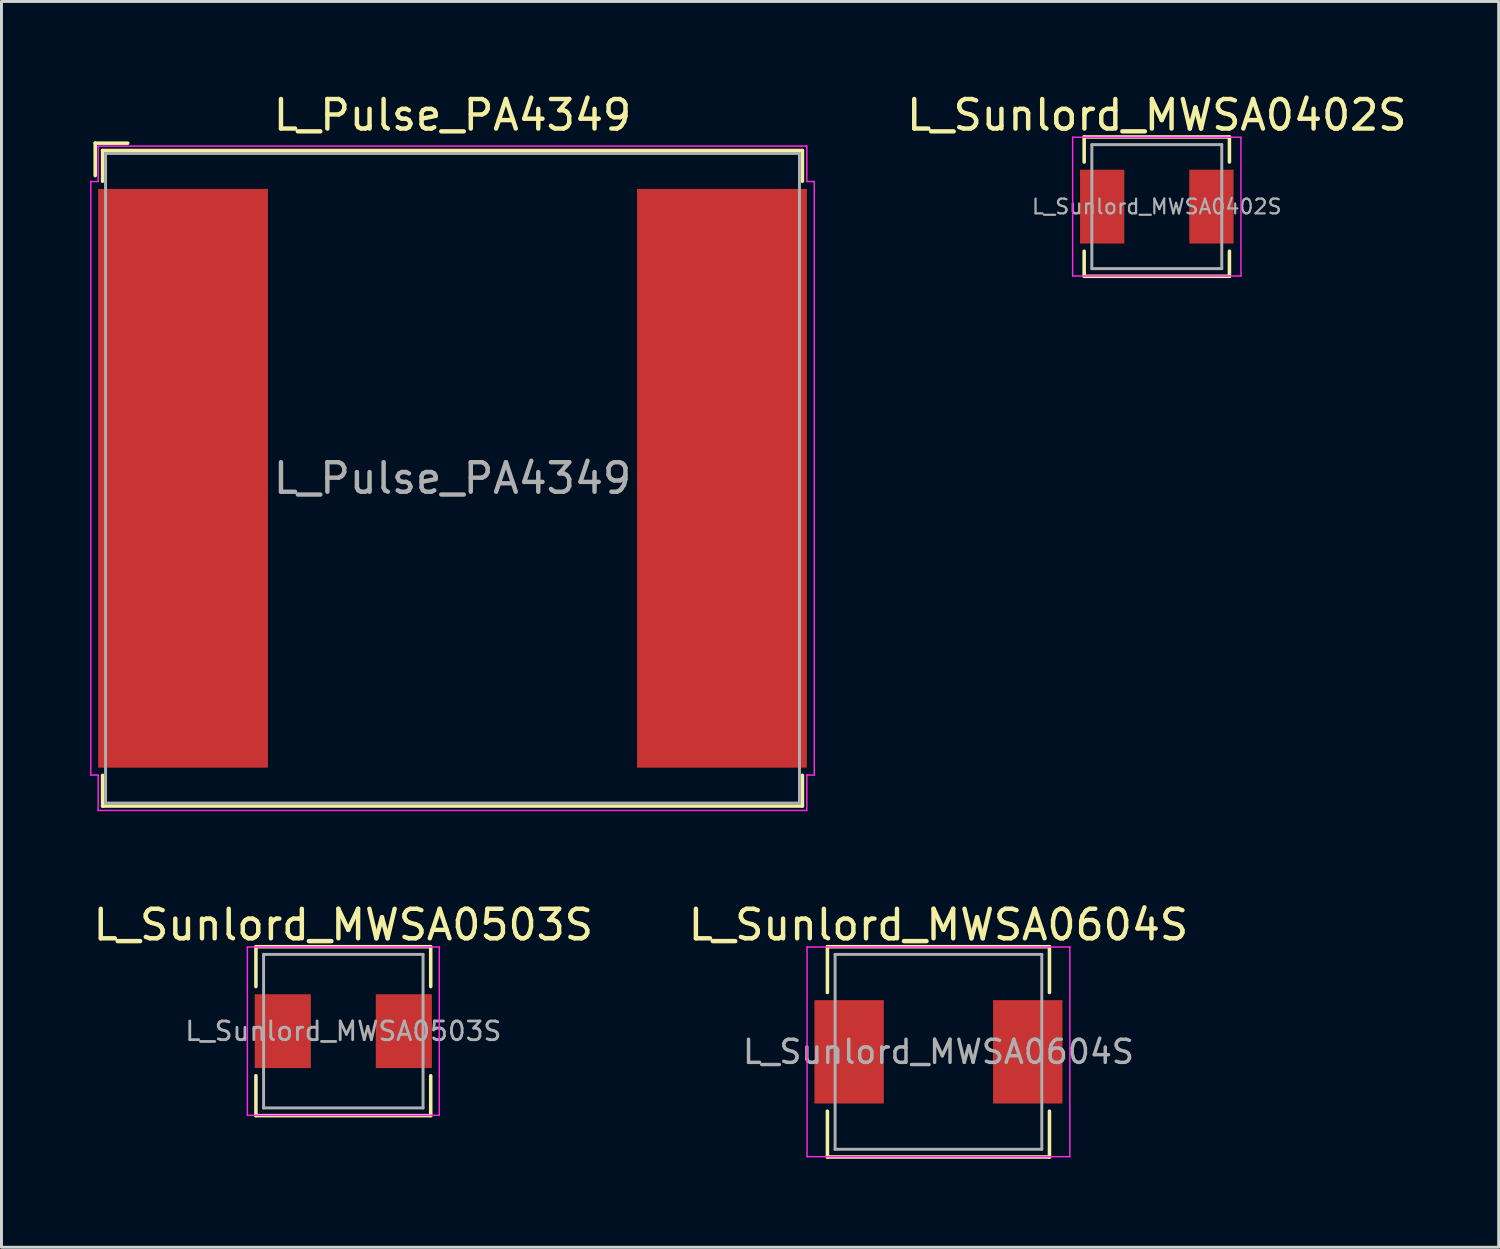
<source format=kicad_pcb>
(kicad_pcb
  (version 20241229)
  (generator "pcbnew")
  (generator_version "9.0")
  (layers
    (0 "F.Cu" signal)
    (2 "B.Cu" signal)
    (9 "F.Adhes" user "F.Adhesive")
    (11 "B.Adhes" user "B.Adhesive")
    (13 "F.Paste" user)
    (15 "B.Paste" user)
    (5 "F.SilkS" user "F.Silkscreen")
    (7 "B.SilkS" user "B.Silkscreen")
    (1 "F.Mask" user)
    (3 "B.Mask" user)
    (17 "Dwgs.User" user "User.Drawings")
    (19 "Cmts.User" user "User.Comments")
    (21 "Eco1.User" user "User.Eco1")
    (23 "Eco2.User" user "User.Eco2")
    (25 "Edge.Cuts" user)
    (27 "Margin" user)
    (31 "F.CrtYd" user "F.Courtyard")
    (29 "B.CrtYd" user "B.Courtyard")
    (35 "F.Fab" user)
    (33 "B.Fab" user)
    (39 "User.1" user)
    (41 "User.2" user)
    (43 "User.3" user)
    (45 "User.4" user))
  (footprint "L_Pulse_PA4349"
    (layer "F.Cu")
    (at 12.275 13.148)
    (property "Reference" "L_Pulse_PA4349" (at 0 -12.3 0) (layer "F.SilkS") (effects (font (size 1 1) (thickness 0.15))))
    (attr smd)
    (fp_line (start -12.1 -11.35) (end -11 -11.35) (stroke (width 0.12) (type solid)) (layer "F.SilkS"))
    (fp_line (start -12.1 -10.25) (end -12.1 -11.35) (stroke (width 0.12) (type solid)) (layer "F.SilkS"))
    (fp_line (start -11.85 -11.1) (end -11.85 -10.06) (stroke (width 0.12) (type solid)) (layer "F.SilkS"))
    (fp_line (start -11.85 -11.1) (end 11.85 -11.1) (stroke (width 0.12) (type solid)) (layer "F.SilkS"))
    (fp_line (start -11.85 10.06) (end -11.85 11.1) (stroke (width 0.12) (type solid)) (layer "F.SilkS"))
    (fp_line (start -11.85 11.1) (end 11.85 11.1) (stroke (width 0.12) (type solid)) (layer "F.SilkS"))
    (fp_line (start 11.85 -11.1) (end 11.85 -10.06) (stroke (width 0.12) (type solid)) (layer "F.SilkS"))
    (fp_line (start 11.85 10.06) (end 11.85 11.1) (stroke (width 0.12) (type solid)) (layer "F.SilkS"))
    (fp_line (start -12.25 10.05) (end -12.25 -10.05) (stroke (width 0.05) (type solid)) (layer "F.CrtYd"))
    (fp_line (start -12 -11.25) (end -12 -10.05) (stroke (width 0.05) (type solid)) (layer "F.CrtYd"))
    (fp_line (start -12 -11.25) (end 12 -11.25) (stroke (width 0.05) (type solid)) (layer "F.CrtYd"))
    (fp_line (start -12 -10.05) (end -12.25 -10.05) (stroke (width 0.05) (type solid)) (layer "F.CrtYd"))
    (fp_line (start -12 10.05) (end -12.25 10.05) (stroke (width 0.05) (type solid)) (layer "F.CrtYd"))
    (fp_line (start -12 10.05) (end -12 11.25) (stroke (width 0.05) (type solid)) (layer "F.CrtYd"))
    (fp_line (start 12 -11.25) (end 12 -10.05) (stroke (width 0.05) (type solid)) (layer "F.CrtYd"))
    (fp_line (start 12 -10.05) (end 12.25 -10.05) (stroke (width 0.05) (type solid)) (layer "F.CrtYd"))
    (fp_line (start 12 10.05) (end 12 11.25) (stroke (width 0.05) (type solid)) (layer "F.CrtYd"))
    (fp_line (start 12 11.25) (end -12 11.25) (stroke (width 0.05) (type solid)) (layer "F.CrtYd"))
    (fp_line (start 12.25 -10.05) (end 12.25 10.05) (stroke (width 0.05) (type solid)) (layer "F.CrtYd"))
    (fp_line (start 12.25 10.05) (end 12 10.05) (stroke (width 0.05) (type solid)) (layer "F.CrtYd"))
    (fp_line (start -11.75 -11) (end 11.75 -11) (stroke (width 0.1) (type solid)) (layer "F.Fab"))
    (fp_line (start -11.75 11) (end -11.75 -11) (stroke (width 0.1) (type solid)) (layer "F.Fab"))
    (fp_line (start -11.75 11) (end 11.75 11) (stroke (width 0.1) (type solid)) (layer "F.Fab"))
    (fp_line (start 11.75 -11) (end 11.75 11) (stroke (width 0.1) (type solid)) (layer "F.Fab"))
    (fp_text user "${REFERENCE}" (at 0 0 0) (layer "F.Fab") (effects (font (size 1 1) (thickness 0.15))))
    (pad "1" smd rect (at -9.125 0 90) (size 19.6 5.75) (layers "F.Cu" "F.Mask" "F.Paste"))
    (pad "2" smd rect (at 9.125 0 90) (size 19.6 5.75) (layers "F.Cu" "F.Mask" "F.Paste")))
  (footprint "L_Sunlord_MWSA0604S"
    (layer "F.Cu")
    (at 28.732 32.572)
    (property "Reference" "L_Sunlord_MWSA0604S" (at 0 -4.3 0) (layer "F.SilkS") (effects (font (size 1 1) (thickness 0.15))))
    (attr smd)
    (fp_line (start -3.76 -3.56) (end -3.76 -2.01) (stroke (width 0.12) (type solid)) (layer "F.SilkS"))
    (fp_line (start -3.76 -3.56) (end 3.76 -3.56) (stroke (width 0.12) (type solid)) (layer "F.SilkS"))
    (fp_line (start -3.76 3.56) (end -3.76 2.01) (stroke (width 0.12) (type solid)) (layer "F.SilkS"))
    (fp_line (start -3.76 3.56) (end 3.76 3.56) (stroke (width 0.12) (type solid)) (layer "F.SilkS"))
    (fp_line (start 3.76 -3.56) (end 3.76 -2.01) (stroke (width 0.12) (type solid)) (layer "F.SilkS"))
    (fp_line (start 3.76 3.56) (end 3.76 2.01) (stroke (width 0.12) (type solid)) (layer "F.SilkS"))
    (fp_line (start -4.45 -3.55) (end -4.45 3.55) (stroke (width 0.05) (type solid)) (layer "F.CrtYd"))
    (fp_line (start -4.45 3.55) (end 4.45 3.55) (stroke (width 0.05) (type solid)) (layer "F.CrtYd"))
    (fp_line (start 4.45 -3.55) (end -4.45 -3.55) (stroke (width 0.05) (type solid)) (layer "F.CrtYd"))
    (fp_line (start 4.45 3.55) (end 4.45 -3.55) (stroke (width 0.05) (type solid)) (layer "F.CrtYd"))
    (fp_line (start -3.5 -3.3) (end -3.5 3.3) (stroke (width 0.1) (type solid)) (layer "F.Fab"))
    (fp_line (start -3.5 3.3) (end 3.5 3.3) (stroke (width 0.1) (type solid)) (layer "F.Fab"))
    (fp_line (start 3.5 -3.3) (end -3.5 -3.3) (stroke (width 0.1) (type solid)) (layer "F.Fab"))
    (fp_line (start 3.5 3.3) (end 3.5 -3.3) (stroke (width 0.1) (type solid)) (layer "F.Fab"))
    (fp_text user "${REFERENCE}" (at 0 0 0) (layer "F.Fab") (effects (font (size 0.783 0.783) (thickness 0.117))))
    (pad "1" smd rect (at -3.025 0) (size 2.35 3.5) (layers "F.Cu" "F.Mask" "F.Paste"))
    (pad "2" smd rect (at 3.025 0) (size 2.35 3.5) (layers "F.Cu" "F.Mask" "F.Paste")))
  (footprint "L_Sunlord_MWSA0402S"
    (layer "F.Cu")
    (at 36.127 3.948)
    (property "Reference" "L_Sunlord_MWSA0402S" (at 0 -3.1 0) (layer "F.SilkS") (effects (font (size 1 1) (thickness 0.15))))
    (attr smd)
    (fp_line (start -2.46 -2.36) (end -2.46 -1.51) (stroke (width 0.12) (type solid)) (layer "F.SilkS"))
    (fp_line (start -2.46 -2.36) (end 2.46 -2.36) (stroke (width 0.12) (type solid)) (layer "F.SilkS"))
    (fp_line (start -2.46 2.36) (end -2.46 1.51) (stroke (width 0.12) (type solid)) (layer "F.SilkS"))
    (fp_line (start -2.46 2.36) (end 2.46 2.36) (stroke (width 0.12) (type solid)) (layer "F.SilkS"))
    (fp_line (start 2.46 -2.36) (end 2.46 -1.51) (stroke (width 0.12) (type solid)) (layer "F.SilkS"))
    (fp_line (start 2.46 2.36) (end 2.46 1.51) (stroke (width 0.12) (type solid)) (layer "F.SilkS"))
    (fp_line (start -2.85 -2.35) (end -2.85 2.35) (stroke (width 0.05) (type solid)) (layer "F.CrtYd"))
    (fp_line (start -2.85 2.35) (end 2.85 2.35) (stroke (width 0.05) (type solid)) (layer "F.CrtYd"))
    (fp_line (start 2.85 -2.35) (end -2.85 -2.35) (stroke (width 0.05) (type solid)) (layer "F.CrtYd"))
    (fp_line (start 2.85 2.35) (end 2.85 -2.35) (stroke (width 0.05) (type solid)) (layer "F.CrtYd"))
    (fp_line (start -2.2 -2.1) (end -2.2 2.1) (stroke (width 0.1) (type solid)) (layer "F.Fab"))
    (fp_line (start -2.2 2.1) (end 2.2 2.1) (stroke (width 0.1) (type solid)) (layer "F.Fab"))
    (fp_line (start 2.2 -2.1) (end -2.2 -2.1) (stroke (width 0.1) (type solid)) (layer "F.Fab"))
    (fp_line (start 2.2 2.1) (end 2.2 -2.1) (stroke (width 0.1) (type solid)) (layer "F.Fab"))
    (fp_text user "${REFERENCE}" (at 0 0 0) (layer "F.Fab") (effects (font (size 0.5 0.5) (thickness 0.075))))
    (pad "1" smd rect (at -1.85 0) (size 1.5 2.5) (layers "F.Cu" "F.Mask" "F.Paste"))
    (pad "2" smd rect (at 1.85 0) (size 1.5 2.5) (layers "F.Cu" "F.Mask" "F.Paste")))
  (footprint "L_Sunlord_MWSA0503S"
    (layer "F.Cu")
    (at 8.577 31.872)
    (property "Reference" "L_Sunlord_MWSA0503S" (at 0 -3.6 0) (layer "F.SilkS") (effects (font (size 1 1) (thickness 0.15))))
    (attr smd)
    (fp_line (start -2.96 -2.86) (end -2.96 -1.51) (stroke (width 0.12) (type solid)) (layer "F.SilkS"))
    (fp_line (start -2.96 -2.86) (end 2.96 -2.86) (stroke (width 0.12) (type solid)) (layer "F.SilkS"))
    (fp_line (start -2.96 2.86) (end -2.96 1.51) (stroke (width 0.12) (type solid)) (layer "F.SilkS"))
    (fp_line (start -2.96 2.86) (end 2.96 2.86) (stroke (width 0.12) (type solid)) (layer "F.SilkS"))
    (fp_line (start 2.96 -2.86) (end 2.96 -1.51) (stroke (width 0.12) (type solid)) (layer "F.SilkS"))
    (fp_line (start 2.96 2.86) (end 2.96 1.51) (stroke (width 0.12) (type solid)) (layer "F.SilkS"))
    (fp_line (start -3.25 -2.85) (end -3.25 2.85) (stroke (width 0.05) (type solid)) (layer "F.CrtYd"))
    (fp_line (start -3.25 2.85) (end 3.25 2.85) (stroke (width 0.05) (type solid)) (layer "F.CrtYd"))
    (fp_line (start 3.25 -2.85) (end -3.25 -2.85) (stroke (width 0.05) (type solid)) (layer "F.CrtYd"))
    (fp_line (start 3.25 2.85) (end 3.25 -2.85) (stroke (width 0.05) (type solid)) (layer "F.CrtYd"))
    (fp_line (start -2.7 -2.6) (end -2.7 2.6) (stroke (width 0.1) (type solid)) (layer "F.Fab"))
    (fp_line (start -2.7 2.6) (end 2.7 2.6) (stroke (width 0.1) (type solid)) (layer "F.Fab"))
    (fp_line (start 2.7 -2.6) (end -2.7 -2.6) (stroke (width 0.1) (type solid)) (layer "F.Fab"))
    (fp_line (start 2.7 2.6) (end 2.7 -2.6) (stroke (width 0.1) (type solid)) (layer "F.Fab"))
    (fp_text user "${REFERENCE}" (at 0 0 0) (layer "F.Fab") (effects (font (size 0.633 0.633) (thickness 0.095))))
    (pad "1" smd rect (at -2.05 0) (size 1.9 2.5) (layers "F.Cu" "F.Mask" "F.Paste"))
    (pad "2" smd rect (at 2.05 0) (size 1.9 2.5) (layers "F.Cu" "F.Mask" "F.Paste")))
  (gr_rect
    (start -3 -3)
    (end 47.705 39.191)
    (stroke (width 0.1) (type default))
    (fill no)
    (layer "Edge.Cuts")))
</source>
